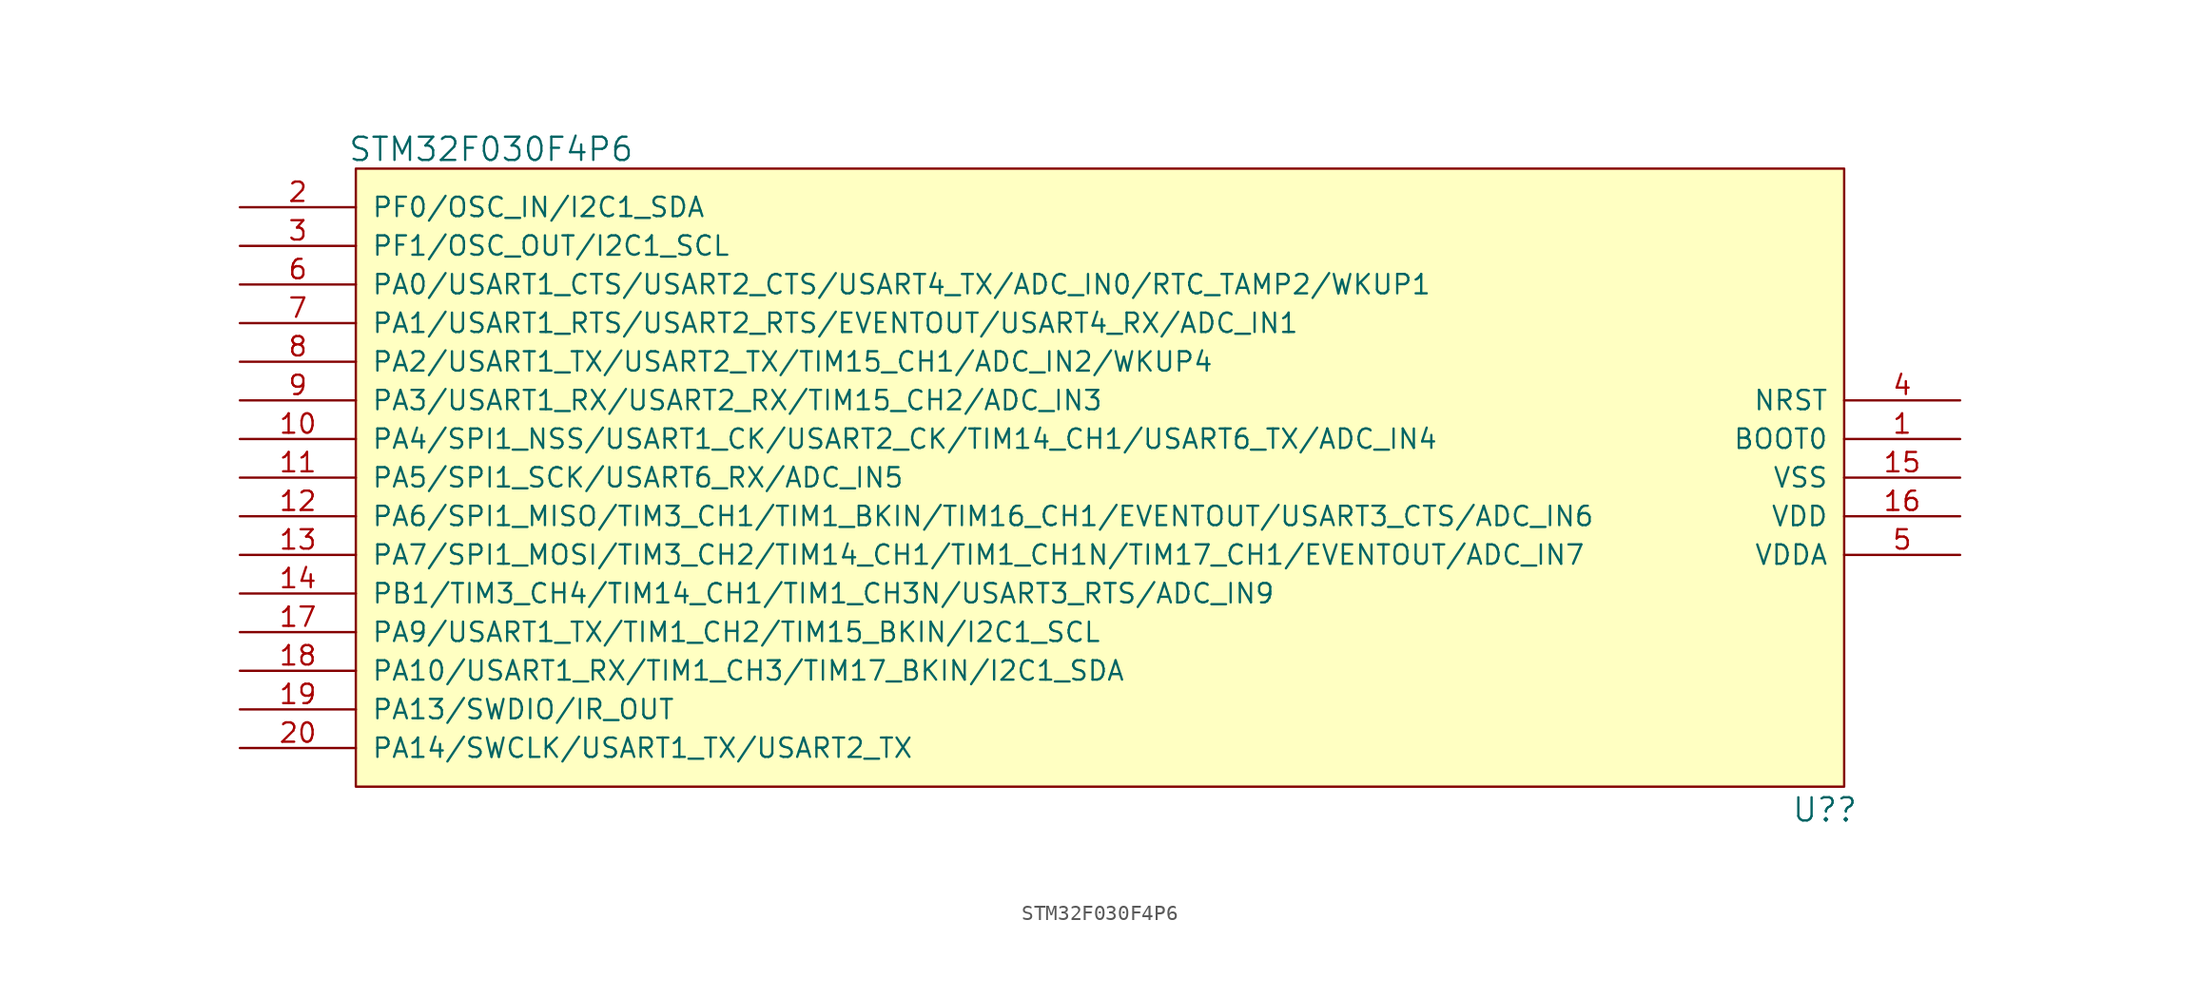
<source format=kicad_sym>
(kicad_symbol_lib
  (version 20211014)
  (generator kicad_symbol_editor)
  (symbol "STM32F030F4P6"
    (pin_names
      (offset 1.016))
    (property "Reference" "U?"
      (at 96.52 -39.624 0)
      (effects (font (size 1.524 1.524))))
    (property "Value" "STM32F030F4P6"
      (at 8.89 3.81 0)
      (effects (font (size 1.524 1.524))))
    (property "Footprint" ""
      (at 8.89 3.81 0)
      (effects (font (size 1.524 1.524))))
    (property "Datasheet" ""
      (at 8.89 3.81 0)
      (effects (font (size 1.524 1.524))))
    (symbol "STM32F030F4P6_0_1"
      (rectangle (start 0 2.54) (end 97.79 -38.1) (stroke (width 0) (type default) (color 0 0 0 0)) (fill (type background))))
    (symbol "STM32F030F4P6_1_1"
      (pin input line (at 105.41 -15.24 180) (length 7.62) (name "BOOT0" (effects (font (size 1.27 1.27)))) (number "1" (effects (font (size 1.27 1.27)))))
      (pin input line (at -7.62 -15.24 0) (length 7.62) (name "PA4/SPI1_NSS/USART1_CK/USART2_CK/TIM14_CH1/USART6_TX/ADC_IN4" (effects (font (size 1.27 1.27)))) (number "10" (effects (font (size 1.27 1.27)))))
      (pin input line (at -7.62 -17.78 0) (length 7.62) (name "PA5/SPI1_SCK/USART6_RX/ADC_IN5" (effects (font (size 1.27 1.27)))) (number "11" (effects (font (size 1.27 1.27)))))
      (pin input line (at -7.62 -20.32 0) (length 7.62) (name "PA6/SPI1_MISO/TIM3_CH1/TIM1_BKIN/TIM16_CH1/EVENTOUT/USART3_CTS/ADC_IN6" (effects (font (size 1.27 1.27)))) (number "12" (effects (font (size 1.27 1.27)))))
      (pin input line (at -7.62 -22.86 0) (length 7.62) (name "PA7/SPI1_MOSI/TIM3_CH2/TIM14_CH1/TIM1_CH1N/TIM17_CH1/EVENTOUT/ADC_IN7" (effects (font (size 1.27 1.27)))) (number "13" (effects (font (size 1.27 1.27)))))
      (pin input line (at -7.62 -25.4 0) (length 7.62) (name "PB1/TIM3_CH4/TIM14_CH1/TIM1_CH3N/USART3_RTS/ADC_IN9" (effects (font (size 1.27 1.27)))) (number "14" (effects (font (size 1.27 1.27)))))
      (pin input line (at 105.41 -17.78 180) (length 7.62) (name "VSS" (effects (font (size 1.27 1.27)))) (number "15" (effects (font (size 1.27 1.27)))))
      (pin input line (at 105.41 -20.32 180) (length 7.62) (name "VDD" (effects (font (size 1.27 1.27)))) (number "16" (effects (font (size 1.27 1.27)))))
      (pin input line (at -7.62 -27.94 0) (length 7.62) (name "PA9/USART1_TX/TIM1_CH2/TIM15_BKIN/I2C1_SCL" (effects (font (size 1.27 1.27)))) (number "17" (effects (font (size 1.27 1.27)))))
      (pin input line (at -7.62 -30.48 0) (length 7.62) (name "PA10/USART1_RX/TIM1_CH3/TIM17_BKIN/I2C1_SDA" (effects (font (size 1.27 1.27)))) (number "18" (effects (font (size 1.27 1.27)))))
      (pin input line (at -7.62 -33.02 0) (length 7.62) (name "PA13/SWDIO/IR_OUT" (effects (font (size 1.27 1.27)))) (number "19" (effects (font (size 1.27 1.27)))))
      (pin input line (at -7.62 0 0) (length 7.62) (name "PF0/OSC_IN/I2C1_SDA" (effects (font (size 1.27 1.27)))) (number "2" (effects (font (size 1.27 1.27)))))
      (pin input line (at -7.62 -35.56 0) (length 7.62) (name "PA14/SWCLK/USART1_TX/USART2_TX" (effects (font (size 1.27 1.27)))) (number "20" (effects (font (size 1.27 1.27)))))
      (pin input line (at -7.62 -2.54 0) (length 7.62) (name "PF1/OSC_OUT/I2C1_SCL" (effects (font (size 1.27 1.27)))) (number "3" (effects (font (size 1.27 1.27)))))
      (pin input line (at 105.41 -12.7 180) (length 7.62) (name "NRST" (effects (font (size 1.27 1.27)))) (number "4" (effects (font (size 1.27 1.27)))))
      (pin input line (at 105.41 -22.86 180) (length 7.62) (name "VDDA" (effects (font (size 1.27 1.27)))) (number "5" (effects (font (size 1.27 1.27)))))
      (pin input line (at -7.62 -5.08 0) (length 7.62) (name "PA0/USART1_CTS/USART2_CTS/USART4_TX/ADC_IN0/RTC_TAMP2/WKUP1" (effects (font (size 1.27 1.27)))) (number "6" (effects (font (size 1.27 1.27)))))
      (pin input line (at -7.62 -7.62 0) (length 7.62) (name "PA1/USART1_RTS/USART2_RTS/EVENTOUT/USART4_RX/ADC_IN1" (effects (font (size 1.27 1.27)))) (number "7" (effects (font (size 1.27 1.27)))))
      (pin input line (at -7.62 -10.16 0) (length 7.62) (name "PA2/USART1_TX/USART2_TX/TIM15_CH1/ADC_IN2/WKUP4" (effects (font (size 1.27 1.27)))) (number "8" (effects (font (size 1.27 1.27)))))
      (pin input line (at -7.62 -12.7 0) (length 7.62) (name "PA3/USART1_RX/USART2_RX/TIM15_CH2/ADC_IN3" (effects (font (size 1.27 1.27)))) (number "9" (effects (font (size 1.27 1.27))))))))
</source>
